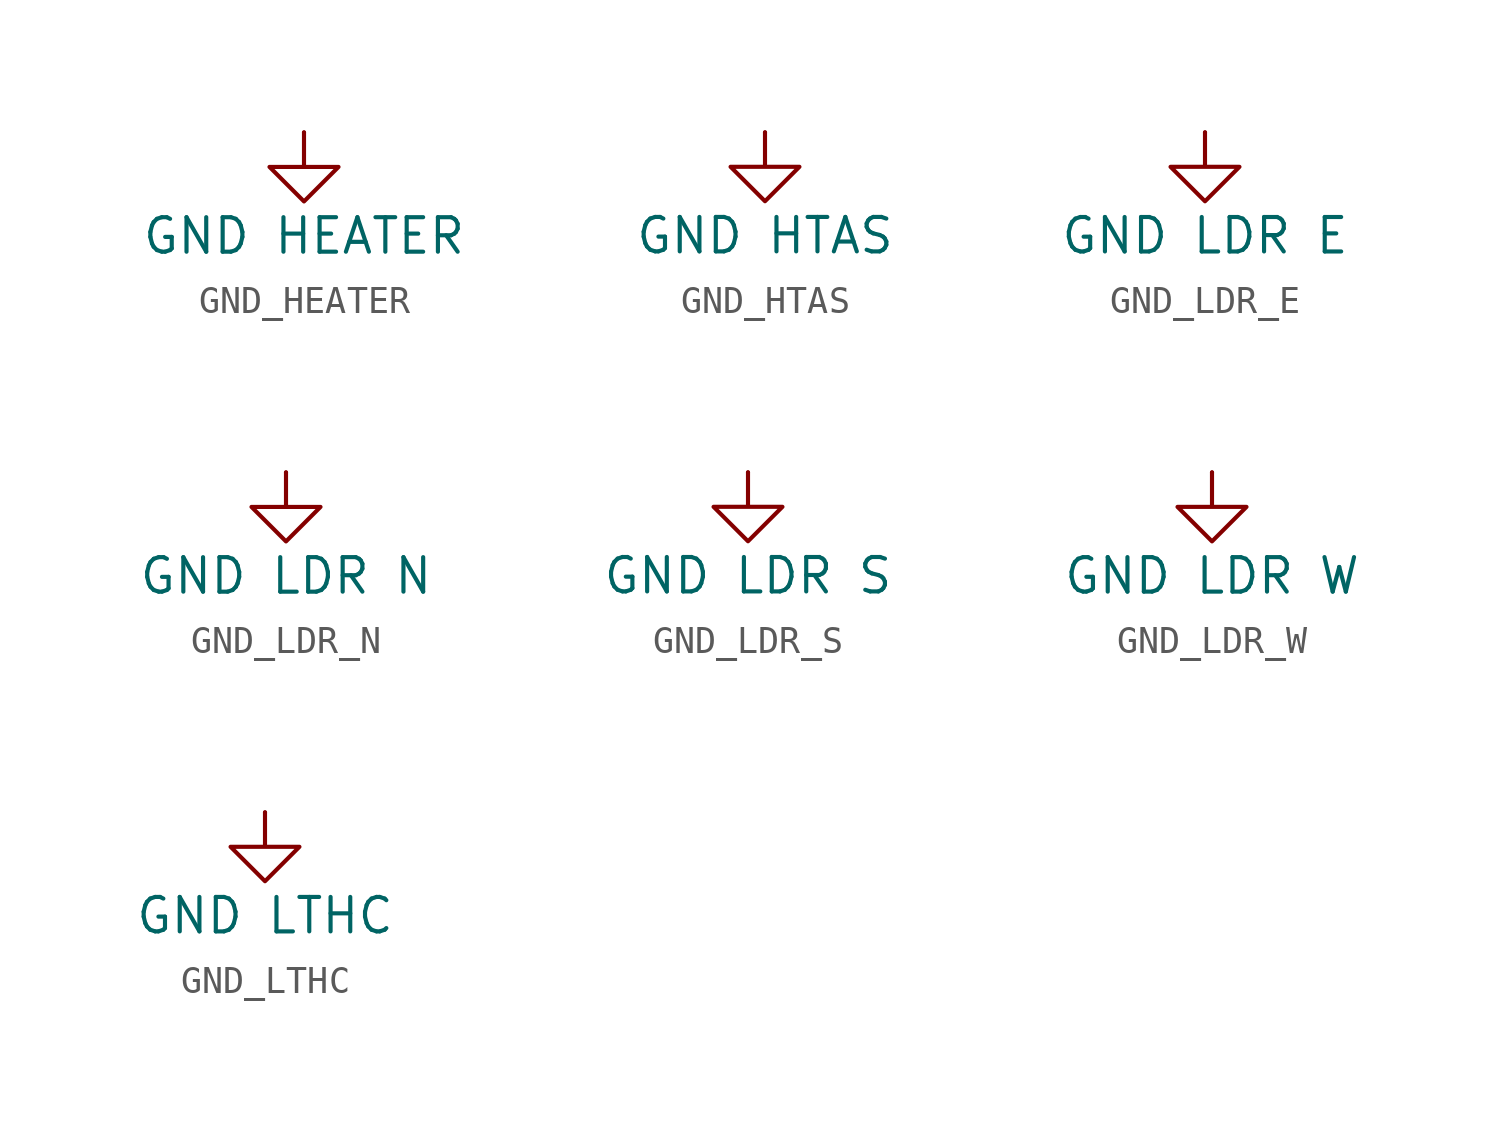
<source format=kicad_sym>
(kicad_symbol_lib
  (version 20241209)
  (generator "kicad_symbol_editor")
  (generator_version "9.0")
  (symbol "GND_HEATER"
    (power)
    (pin_numbers
      (hide yes))
    (pin_names
      (offset 0)
      (hide yes))
    (property "Reference" "#PWR"
      (at 0 -6.35 0)
      (effects (font (size 1.27 1.27)) (hide yes)))
    (property "Value" "GND HEATER"
      (at 0 -3.81 0)
      (effects (font (size 1.27 1.27))))
    (symbol "GND_HEATER_0_1"
      (polyline (pts (xy 0 0) (xy 0 -1.27) (xy 1.27 -1.27) (xy 0 -2.54) (xy -1.27 -1.27) (xy 0 -1.27)) (stroke (width 0) (type default)) (fill (type none))))
    (symbol "GND_HEATER_1_1"
      (pin power_in line (at 0 0 270) (length 0) (name "~" (effects (font (size 1.27 1.27)))) (number "1" (effects (font (size 1.27 1.27)))))))
  (symbol "GND_HTAS"
    (power)
    (pin_numbers
      (hide yes))
    (pin_names
      (offset 0)
      (hide yes))
    (property "Reference" "#PWR"
      (at 0 -6.35 0)
      (effects (font (size 1.27 1.27)) (hide yes)))
    (property "Value" "GND HTAS"
      (at 0 -3.81 0)
      (effects (font (size 1.27 1.27))))
    (symbol "GND_HTAS_0_1"
      (polyline (pts (xy 0 0) (xy 0 -1.27) (xy 1.27 -1.27) (xy 0 -2.54) (xy -1.27 -1.27) (xy 0 -1.27)) (stroke (width 0) (type default)) (fill (type none))))
    (symbol "GND_HTAS_1_1"
      (pin power_in line (at 0 0 270) (length 0) (name "~" (effects (font (size 1.27 1.27)))) (number "1" (effects (font (size 1.27 1.27)))))))
  (symbol "GND_LDR_E"
    (power)
    (pin_numbers
      (hide yes))
    (pin_names
      (offset 0)
      (hide yes))
    (property "Reference" "#PWR"
      (at 0 -6.35 0)
      (effects (font (size 1.27 1.27)) (hide yes)))
    (property "Value" "GND LDR E"
      (at 0 -3.81 0)
      (effects (font (size 1.27 1.27))))
    (symbol "GND_LDR_E_0_1"
      (polyline (pts (xy 0 0) (xy 0 -1.27) (xy 1.27 -1.27) (xy 0 -2.54) (xy -1.27 -1.27) (xy 0 -1.27)) (stroke (width 0) (type default)) (fill (type none))))
    (symbol "GND_LDR_E_1_1"
      (pin power_in line (at 0 0 270) (length 0) (name "~" (effects (font (size 1.27 1.27)))) (number "1" (effects (font (size 1.27 1.27)))))))
  (symbol "GND_LDR_N"
    (power)
    (pin_numbers
      (hide yes))
    (pin_names
      (offset 0)
      (hide yes))
    (property "Reference" "#PWR"
      (at 0 -6.35 0)
      (effects (font (size 1.27 1.27)) (hide yes)))
    (property "Value" "GND LDR N"
      (at 0 -3.81 0)
      (effects (font (size 1.27 1.27))))
    (symbol "GND_LDR_N_0_1"
      (polyline (pts (xy 0 0) (xy 0 -1.27) (xy 1.27 -1.27) (xy 0 -2.54) (xy -1.27 -1.27) (xy 0 -1.27)) (stroke (width 0) (type default)) (fill (type none))))
    (symbol "GND_LDR_N_1_1"
      (pin power_in line (at 0 0 270) (length 0) (name "~" (effects (font (size 1.27 1.27)))) (number "1" (effects (font (size 1.27 1.27)))))))
  (symbol "GND_LDR_S"
    (power)
    (pin_numbers
      (hide yes))
    (pin_names
      (offset 0)
      (hide yes))
    (property "Reference" "#PWR"
      (at 0 -6.35 0)
      (effects (font (size 1.27 1.27)) (hide yes)))
    (property "Value" "GND LDR S"
      (at 0 -3.81 0)
      (effects (font (size 1.27 1.27))))
    (symbol "GND_LDR_S_0_1"
      (polyline (pts (xy 0 0) (xy 0 -1.27) (xy 1.27 -1.27) (xy 0 -2.54) (xy -1.27 -1.27) (xy 0 -1.27)) (stroke (width 0) (type default)) (fill (type none))))
    (symbol "GND_LDR_S_1_1"
      (pin power_in line (at 0 0 270) (length 0) (name "~" (effects (font (size 1.27 1.27)))) (number "1" (effects (font (size 1.27 1.27)))))))
  (symbol "GND_LDR_W"
    (power)
    (pin_numbers
      (hide yes))
    (pin_names
      (offset 0)
      (hide yes))
    (property "Reference" "#PWR"
      (at 0 -6.35 0)
      (effects (font (size 1.27 1.27)) (hide yes)))
    (property "Value" "GND LDR W"
      (at 0 -3.81 0)
      (effects (font (size 1.27 1.27))))
    (symbol "GND_LDR_W_0_1"
      (polyline (pts (xy 0 0) (xy 0 -1.27) (xy 1.27 -1.27) (xy 0 -2.54) (xy -1.27 -1.27) (xy 0 -1.27)) (stroke (width 0) (type default)) (fill (type none))))
    (symbol "GND_LDR_W_1_1"
      (pin power_in line (at 0 0 270) (length 0) (name "~" (effects (font (size 1.27 1.27)))) (number "1" (effects (font (size 1.27 1.27)))))))
  (symbol "GND_LTHC"
    (power)
    (pin_numbers
      (hide yes))
    (pin_names
      (offset 0)
      (hide yes))
    (property "Reference" "#PWR"
      (at 0 -6.35 0)
      (effects (font (size 1.27 1.27)) (hide yes)))
    (property "Value" "GND LTHC"
      (at 0 -3.81 0)
      (effects (font (size 1.27 1.27))))
    (symbol "GND_LTHC_0_1"
      (polyline (pts (xy 0 0) (xy 0 -1.27) (xy 1.27 -1.27) (xy 0 -2.54) (xy -1.27 -1.27) (xy 0 -1.27)) (stroke (width 0) (type default)) (fill (type none))))
    (symbol "GND_LTHC_1_1"
      (pin power_in line (at 0 0 270) (length 0) (name "~" (effects (font (size 1.27 1.27)))) (number "1" (effects (font (size 1.27 1.27))))))))
</source>
